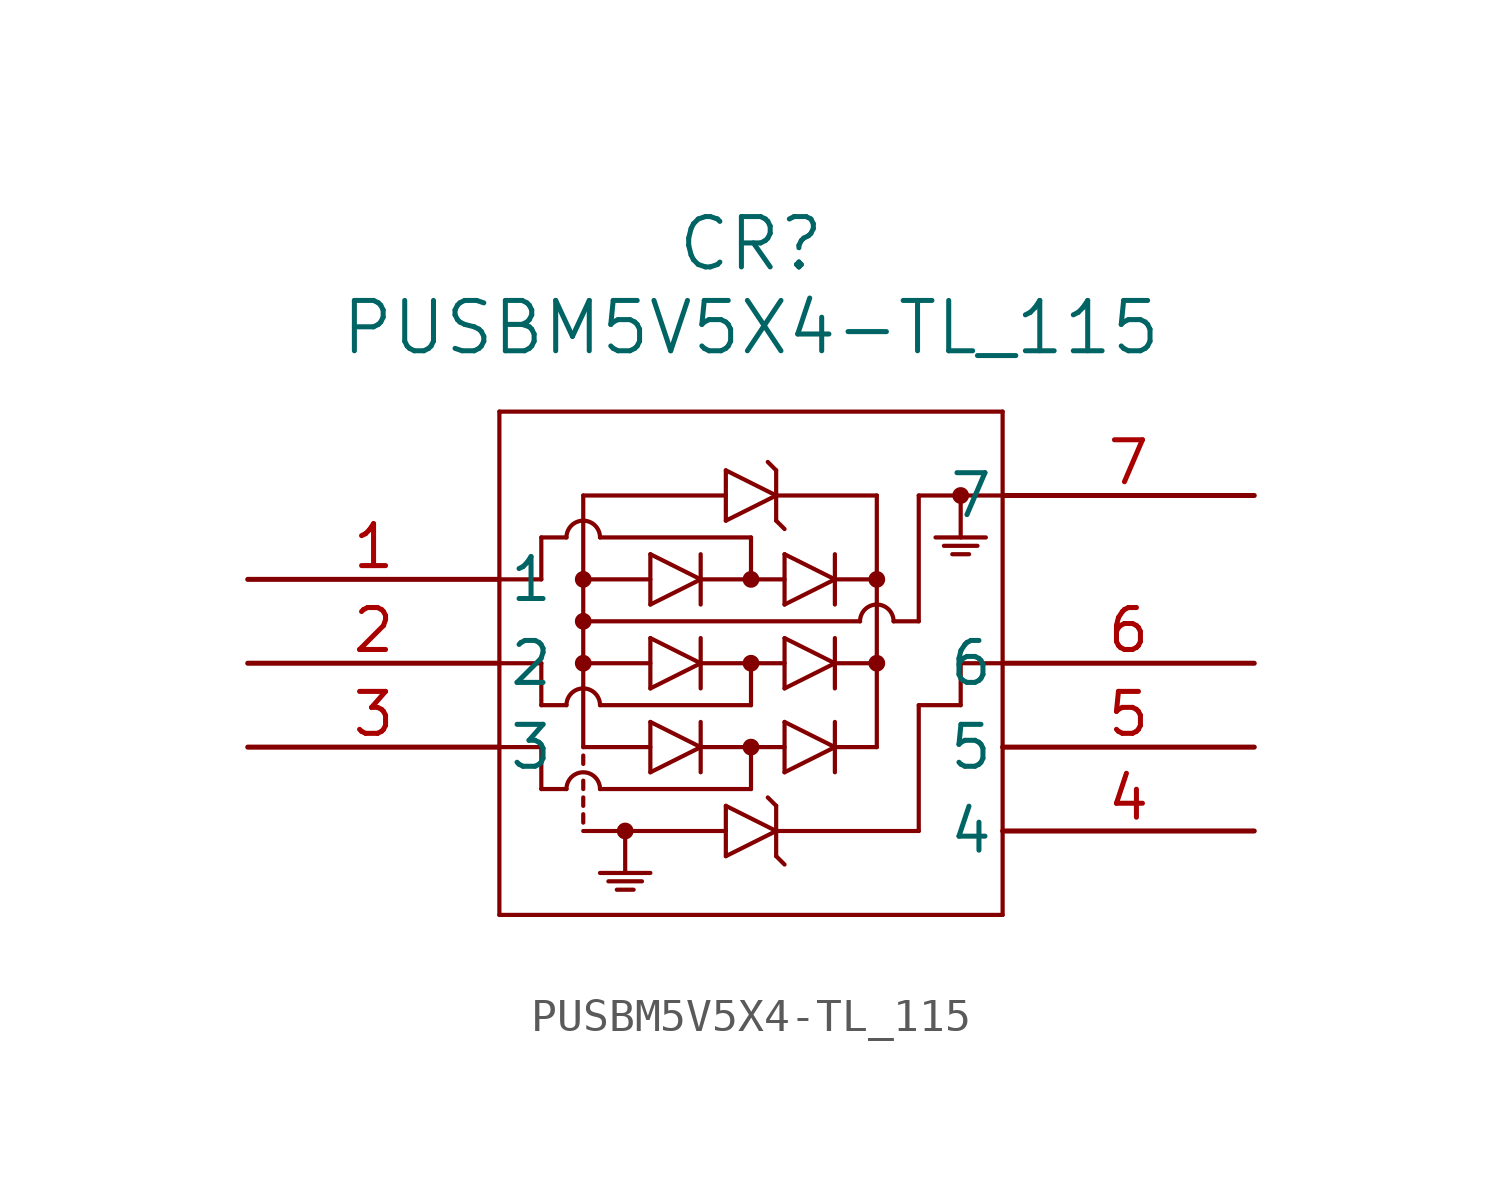
<source format=kicad_sym>
(kicad_symbol_lib
  (version 20211014)
  (generator kicad_symbol_editor)
  (symbol "PUSBM5V5X4-TL_115"
    (pin_names
      (offset 0.254))
    (property "Reference" "CR"
      (at 15.24 10.16 0)
      (effects (font (size 1.524 1.524))))
    (property "Value" "PUSBM5V5X4-TL_115"
      (at 15.24 7.62 0)
      (effects (font (size 1.524 1.524))))
    (symbol "PUSBM5V5X4-TL_115_0_1"
      (polyline (pts (xy 7.62 5.08) (xy 7.62 -10.16)) (stroke (width 0.127) (type default) (color 0 0 0 0)) (fill (type none)))
      (polyline (pts (xy 7.62 -10.16) (xy 22.86 -10.16)) (stroke (width 0.127) (type default) (color 0 0 0 0)) (fill (type none)))
      (polyline (pts (xy 22.86 -10.16) (xy 22.86 5.08)) (stroke (width 0.127) (type default) (color 0 0 0 0)) (fill (type none)))
      (polyline (pts (xy 22.86 5.08) (xy 7.62 5.08)) (stroke (width 0.127) (type default) (color 0 0 0 0)) (fill (type none)))
      (polyline (pts (xy 10.668 1.27) (xy 15.24 1.27)) (stroke (width 0.127) (type default) (color 0 0 0 0)) (fill (type none)))
      (polyline (pts (xy 7.62 -2.54) (xy 8.89 -2.54)) (stroke (width 0.127) (type default) (color 0 0 0 0)) (fill (type none)))
      (polyline (pts (xy 10.16 2.54) (xy 14.478 2.54)) (stroke (width 0.127) (type default) (color 0 0 0 0)) (fill (type none)))
      (polyline (pts (xy 10.16 2.54) (xy 10.16 -5.08)) (stroke (width 0.127) (type default) (color 0 0 0 0)) (fill (type none)))
      (polyline (pts (xy 14.478 3.302) (xy 14.478 1.778)) (stroke (width 0.127) (type default) (color 0 0 0 0)) (fill (type none)))
      (polyline (pts (xy 14.478 1.778) (xy 16.002 2.54)) (stroke (width 0.127) (type default) (color 0 0 0 0)) (fill (type none)))
      (polyline (pts (xy 16.002 2.54) (xy 14.478 3.302)) (stroke (width 0.127) (type default) (color 0 0 0 0)) (fill (type none)))
      (polyline (pts (xy 8.89 -2.54) (xy 8.89 -3.81)) (stroke (width 0.127) (type default) (color 0 0 0 0)) (fill (type none)))
      (polyline (pts (xy 10.668 -3.81) (xy 15.24 -3.81)) (stroke (width 0.127) (type default) (color 0 0 0 0)) (fill (type none)))
      (polyline (pts (xy 16.002 3.302) (xy 16.002 1.778)) (stroke (width 0.127) (type default) (color 0 0 0 0)) (fill (type none)))
      (polyline (pts (xy 8.89 -3.81) (xy 9.652 -3.81)) (stroke (width 0.127) (type default) (color 0 0 0 0)) (fill (type none)))
      (polyline (pts (xy 8.89 0) (xy 7.62 0)) (stroke (width 0.127) (type default) (color 0 0 0 0)) (fill (type none)))
      (arc (start 10.668 1.27) (mid 10.16 1.778) (end 9.652 1.27) (stroke (width 0.127) (type default) (color 0 0 0 0)) (fill (type none)))
      (arc (start 10.668 -3.81) (mid 10.16 -3.302) (end 9.652 -3.81) (stroke (width 0.127) (type default) (color 0 0 0 0)) (fill (type none)))
      (polyline (pts (xy 16.002 3.302) (xy 15.748 3.556)) (stroke (width 0.127) (type default) (color 0 0 0 0)) (fill (type none)))
      (polyline (pts (xy 16.002 1.778) (xy 16.256 1.524)) (stroke (width 0.127) (type default) (color 0 0 0 0)) (fill (type none)))
      (circle (center 10.16 -2.54) (radius 0.127) (stroke (width 0.254) (type default) (color 0 0 0 0)) (fill (type none)))
      (polyline (pts (xy 16.002 2.54) (xy 19.05 2.54)) (stroke (width 0.127) (type default) (color 0 0 0 0)) (fill (type none)))
      (circle (center 19.05 -2.54) (radius 0.127) (stroke (width 0.254) (type default) (color 0 0 0 0)) (fill (type none)))
      (polyline (pts (xy 12.192 -1.778) (xy 12.192 -3.302)) (stroke (width 0.127) (type default) (color 0 0 0 0)) (fill (type none)))
      (polyline (pts (xy 12.192 -3.302) (xy 13.716 -2.54)) (stroke (width 0.127) (type default) (color 0 0 0 0)) (fill (type none)))
      (polyline (pts (xy 13.716 -2.54) (xy 12.192 -1.778)) (stroke (width 0.127) (type default) (color 0 0 0 0)) (fill (type none)))
      (polyline (pts (xy 13.716 -1.778) (xy 13.716 -3.302)) (stroke (width 0.127) (type default) (color 0 0 0 0)) (fill (type none)))
      (polyline (pts (xy 12.192 -2.54) (xy 10.16 -2.54)) (stroke (width 0.127) (type default) (color 0 0 0 0)) (fill (type none)))
      (polyline (pts (xy 16.256 -1.778) (xy 16.256 -3.302)) (stroke (width 0.127) (type default) (color 0 0 0 0)) (fill (type none)))
      (polyline (pts (xy 16.256 -3.302) (xy 17.78 -2.54)) (stroke (width 0.127) (type default) (color 0 0 0 0)) (fill (type none)))
      (polyline (pts (xy 17.78 -2.54) (xy 16.256 -1.778)) (stroke (width 0.127) (type default) (color 0 0 0 0)) (fill (type none)))
      (polyline (pts (xy 12.192 0.762) (xy 12.192 -0.762)) (stroke (width 0.127) (type default) (color 0 0 0 0)) (fill (type none)))
      (polyline (pts (xy 12.192 -0.762) (xy 13.716 0)) (stroke (width 0.127) (type default) (color 0 0 0 0)) (fill (type none)))
      (polyline (pts (xy 13.716 0) (xy 12.192 0.762)) (stroke (width 0.127) (type default) (color 0 0 0 0)) (fill (type none)))
      (polyline (pts (xy 13.716 0.762) (xy 13.716 -0.762)) (stroke (width 0.127) (type default) (color 0 0 0 0)) (fill (type none)))
      (polyline (pts (xy 17.78 -1.778) (xy 17.78 -3.302)) (stroke (width 0.127) (type default) (color 0 0 0 0)) (fill (type none)))
      (polyline (pts (xy 13.716 -2.54) (xy 16.256 -2.54)) (stroke (width 0.127) (type default) (color 0 0 0 0)) (fill (type none)))
      (polyline (pts (xy 10.16 0) (xy 12.192 0)) (stroke (width 0.127) (type default) (color 0 0 0 0)) (fill (type none)))
      (polyline (pts (xy 17.78 -2.54) (xy 19.05 -2.54)) (stroke (width 0.127) (type default) (color 0 0 0 0)) (fill (type none)))
      (circle (center 15.24 -2.54) (radius 0.127) (stroke (width 0.254) (type default) (color 0 0 0 0)) (fill (type none)))
      (polyline (pts (xy 15.24 -3.81) (xy 15.24 -2.54)) (stroke (width 0.127) (type default) (color 0 0 0 0)) (fill (type none)))
      (polyline (pts (xy 16.256 0.762) (xy 16.256 -0.762)) (stroke (width 0.127) (type default) (color 0 0 0 0)) (fill (type none)))
      (polyline (pts (xy 16.256 -0.762) (xy 17.78 0)) (stroke (width 0.127) (type default) (color 0 0 0 0)) (fill (type none)))
      (polyline (pts (xy 17.78 0) (xy 16.256 0.762)) (stroke (width 0.127) (type default) (color 0 0 0 0)) (fill (type none)))
      (polyline (pts (xy 17.78 0.762) (xy 17.78 -0.762)) (stroke (width 0.127) (type default) (color 0 0 0 0)) (fill (type none)))
      (polyline (pts (xy 13.716 0) (xy 16.256 0)) (stroke (width 0.127) (type default) (color 0 0 0 0)) (fill (type none)))
      (polyline (pts (xy 17.78 0) (xy 19.05 0)) (stroke (width 0.127) (type default) (color 0 0 0 0)) (fill (type none)))
      (polyline (pts (xy 19.05 2.54) (xy 19.05 -5.08)) (stroke (width 0.127) (type default) (color 0 0 0 0)) (fill (type none)))
      (polyline (pts (xy 15.24 1.27) (xy 15.24 0)) (stroke (width 0.127) (type default) (color 0 0 0 0)) (fill (type none)))
      (circle (center 15.24 0) (radius 0.127) (stroke (width 0.254) (type default) (color 0 0 0 0)) (fill (type none)))
      (polyline (pts (xy 8.89 1.27) (xy 8.89 0)) (stroke (width 0.127) (type default) (color 0 0 0 0)) (fill (type none)))
      (polyline (pts (xy 8.89 1.27) (xy 9.652 1.27)) (stroke (width 0.127) (type default) (color 0 0 0 0)) (fill (type none)))
      (circle (center 10.16 0) (radius 0.127) (stroke (width 0.254) (type default) (color 0 0 0 0)) (fill (type none)))
      (circle (center 19.05 0) (radius 0.127) (stroke (width 0.254) (type default) (color 0 0 0 0)) (fill (type none)))
      (polyline (pts (xy 7.62 -5.08) (xy 8.89 -5.08)) (stroke (width 0.127) (type default) (color 0 0 0 0)) (fill (type none)))
      (polyline (pts (xy 8.89 -5.08) (xy 8.89 -6.35)) (stroke (width 0.127) (type default) (color 0 0 0 0)) (fill (type none)))
      (polyline (pts (xy 10.668 -6.35) (xy 15.24 -6.35)) (stroke (width 0.127) (type default) (color 0 0 0 0)) (fill (type none)))
      (polyline (pts (xy 8.89 -6.35) (xy 9.652 -6.35)) (stroke (width 0.127) (type default) (color 0 0 0 0)) (fill (type none)))
      (arc (start 10.668 -6.35) (mid 10.16 -5.842) (end 9.652 -6.35) (stroke (width 0.127) (type default) (color 0 0 0 0)) (fill (type none)))
      (polyline (pts (xy 10.16 -7.62) (xy 14.478 -7.62)) (stroke (width 0.127) (type default) (color 0 0 0 0)) (fill (type none)))
      (polyline (pts (xy 14.478 -6.858) (xy 14.478 -8.382)) (stroke (width 0.127) (type default) (color 0 0 0 0)) (fill (type none)))
      (polyline (pts (xy 12.192 -4.318) (xy 12.192 -5.842)) (stroke (width 0.127) (type default) (color 0 0 0 0)) (fill (type none)))
      (polyline (pts (xy 12.192 -5.842) (xy 13.716 -5.08)) (stroke (width 0.127) (type default) (color 0 0 0 0)) (fill (type none)))
      (polyline (pts (xy 13.716 -5.08) (xy 12.192 -4.318)) (stroke (width 0.127) (type default) (color 0 0 0 0)) (fill (type none)))
      (polyline (pts (xy 13.716 -4.318) (xy 13.716 -5.842)) (stroke (width 0.127) (type default) (color 0 0 0 0)) (fill (type none)))
      (polyline (pts (xy 12.192 -5.08) (xy 10.16 -5.08)) (stroke (width 0.127) (type default) (color 0 0 0 0)) (fill (type none)))
      (polyline (pts (xy 16.256 -4.318) (xy 16.256 -5.842)) (stroke (width 0.127) (type default) (color 0 0 0 0)) (fill (type none)))
      (polyline (pts (xy 16.256 -5.842) (xy 17.78 -5.08)) (stroke (width 0.127) (type default) (color 0 0 0 0)) (fill (type none)))
      (polyline (pts (xy 17.78 -5.08) (xy 16.256 -4.318)) (stroke (width 0.127) (type default) (color 0 0 0 0)) (fill (type none)))
      (polyline (pts (xy 17.78 -4.318) (xy 17.78 -5.842)) (stroke (width 0.127) (type default) (color 0 0 0 0)) (fill (type none)))
      (polyline (pts (xy 13.716 -5.08) (xy 16.256 -5.08)) (stroke (width 0.127) (type default) (color 0 0 0 0)) (fill (type none)))
      (polyline (pts (xy 17.78 -5.08) (xy 19.05 -5.08)) (stroke (width 0.127) (type default) (color 0 0 0 0)) (fill (type none)))
      (circle (center 15.24 -5.08) (radius 0.127) (stroke (width 0.254) (type default) (color 0 0 0 0)) (fill (type none)))
      (polyline (pts (xy 15.24 -6.35) (xy 15.24 -5.08)) (stroke (width 0.127) (type default) (color 0 0 0 0)) (fill (type none)))
      (polyline (pts (xy 14.478 -8.382) (xy 16.002 -7.62)) (stroke (width 0.127) (type default) (color 0 0 0 0)) (fill (type none)))
      (polyline (pts (xy 16.002 -7.62) (xy 14.478 -6.858)) (stroke (width 0.127) (type default) (color 0 0 0 0)) (fill (type none)))
      (polyline (pts (xy 16.002 -6.858) (xy 16.002 -8.382)) (stroke (width 0.127) (type default) (color 0 0 0 0)) (fill (type none)))
      (polyline (pts (xy 16.002 -6.858) (xy 15.748 -6.604)) (stroke (width 0.127) (type default) (color 0 0 0 0)) (fill (type none)))
      (polyline (pts (xy 16.002 -8.382) (xy 16.256 -8.636)) (stroke (width 0.127) (type default) (color 0 0 0 0)) (fill (type none)))
      (polyline (pts (xy 16.002 -7.62) (xy 20.32 -7.62)) (stroke (width 0.127) (type default) (color 0 0 0 0)) (fill (type none)))
      (polyline (pts (xy 10.16 -5.334) (xy 10.16 -5.588)) (stroke (width 0.127) (type default) (color 0 0 0 0)) (fill (type none)))
      (polyline (pts (xy 10.16 -6.096) (xy 10.16 -6.35)) (stroke (width 0.127) (type default) (color 0 0 0 0)) (fill (type none)))
      (polyline (pts (xy 10.16 -6.604) (xy 10.16 -6.858)) (stroke (width 0.127) (type default) (color 0 0 0 0)) (fill (type none)))
      (polyline (pts (xy 10.16 -7.112) (xy 10.16 -7.366)) (stroke (width 0.127) (type default) (color 0 0 0 0)) (fill (type none)))
      (circle (center 10.16 -1.27) (radius 0.127) (stroke (width 0.254) (type default) (color 0 0 0 0)) (fill (type none)))
      (polyline (pts (xy 10.16 -1.27) (xy 18.542 -1.27)) (stroke (width 0.127) (type default) (color 0 0 0 0)) (fill (type none)))
      (polyline (pts (xy 20.32 -1.27) (xy 20.32 2.54)) (stroke (width 0.127) (type default) (color 0 0 0 0)) (fill (type none)))
      (polyline (pts (xy 20.32 2.54) (xy 22.86 2.54)) (stroke (width 0.127) (type default) (color 0 0 0 0)) (fill (type none)))
      (polyline (pts (xy 20.32 -7.62) (xy 20.32 -3.81)) (stroke (width 0.127) (type default) (color 0 0 0 0)) (fill (type none)))
      (polyline (pts (xy 20.32 -3.81) (xy 21.59 -3.81)) (stroke (width 0.127) (type default) (color 0 0 0 0)) (fill (type none)))
      (polyline (pts (xy 21.59 -3.81) (xy 21.59 -2.54)) (stroke (width 0.127) (type default) (color 0 0 0 0)) (fill (type none)))
      (polyline (pts (xy 21.59 -2.54) (xy 22.86 -2.54)) (stroke (width 0.127) (type default) (color 0 0 0 0)) (fill (type none)))
      (polyline (pts (xy 11.176 -9.398) (xy 11.684 -9.398)) (stroke (width 0.127) (type default) (color 0 0 0 0)) (fill (type none)))
      (polyline (pts (xy 10.922 -9.144) (xy 11.938 -9.144)) (stroke (width 0.127) (type default) (color 0 0 0 0)) (fill (type none)))
      (polyline (pts (xy 10.668 -8.89) (xy 12.192 -8.89)) (stroke (width 0.127) (type default) (color 0 0 0 0)) (fill (type none)))
      (polyline (pts (xy 21.59 2.54) (xy 21.59 1.27)) (stroke (width 0.127) (type default) (color 0 0 0 0)) (fill (type none)))
      (polyline (pts (xy 21.336 0.762) (xy 21.844 0.762)) (stroke (width 0.127) (type default) (color 0 0 0 0)) (fill (type none)))
      (polyline (pts (xy 21.082 1.016) (xy 22.098 1.016)) (stroke (width 0.127) (type default) (color 0 0 0 0)) (fill (type none)))
      (polyline (pts (xy 20.828 1.27) (xy 22.352 1.27)) (stroke (width 0.127) (type default) (color 0 0 0 0)) (fill (type none)))
      (arc (start 19.558 -1.27) (mid 19.05 -0.762) (end 18.542 -1.27) (stroke (width 0.127) (type default) (color 0 0 0 0)) (fill (type none)))
      (polyline (pts (xy 19.558 -1.27) (xy 20.32 -1.27)) (stroke (width 0.127) (type default) (color 0 0 0 0)) (fill (type none)))
      (circle (center 21.59 2.54) (radius 0.127) (stroke (width 0.254) (type default) (color 0 0 0 0)) (fill (type none)))
      (circle (center 11.43 -7.62) (radius 0.127) (stroke (width 0.254) (type default) (color 0 0 0 0)) (fill (type none)))
      (polyline (pts (xy 11.43 -8.89) (xy 11.43 -7.62)) (stroke (width 0.127) (type default) (color 0 0 0 0)) (fill (type none)))
      (pin unspecified line (at 0 0 0) (length 7.62) (name "1" (effects (font (size 1.27 1.27)))) (number "1" (effects (font (size 1.27 1.27)))))
      (pin unspecified line (at 0 -2.54 0) (length 7.62) (name "2" (effects (font (size 1.27 1.27)))) (number "2" (effects (font (size 1.27 1.27)))))
      (pin unspecified line (at 0 -5.08 0) (length 7.62) (name "3" (effects (font (size 1.27 1.27)))) (number "3" (effects (font (size 1.27 1.27)))))
      (pin unspecified line (at 30.48 -7.62 180) (length 7.62) (name "4" (effects (font (size 1.27 1.27)))) (number "4" (effects (font (size 1.27 1.27)))))
      (pin unspecified line (at 30.48 -5.08 180) (length 7.62) (name "5" (effects (font (size 1.27 1.27)))) (number "5" (effects (font (size 1.27 1.27)))))
      (pin unspecified line (at 30.48 -2.54 180) (length 7.62) (name "6" (effects (font (size 1.27 1.27)))) (number "6" (effects (font (size 1.27 1.27)))))
      (pin unspecified line (at 30.48 2.54 180) (length 7.62) (name "7" (effects (font (size 1.27 1.27)))) (number "7" (effects (font (size 1.27 1.27))))))))
</source>
